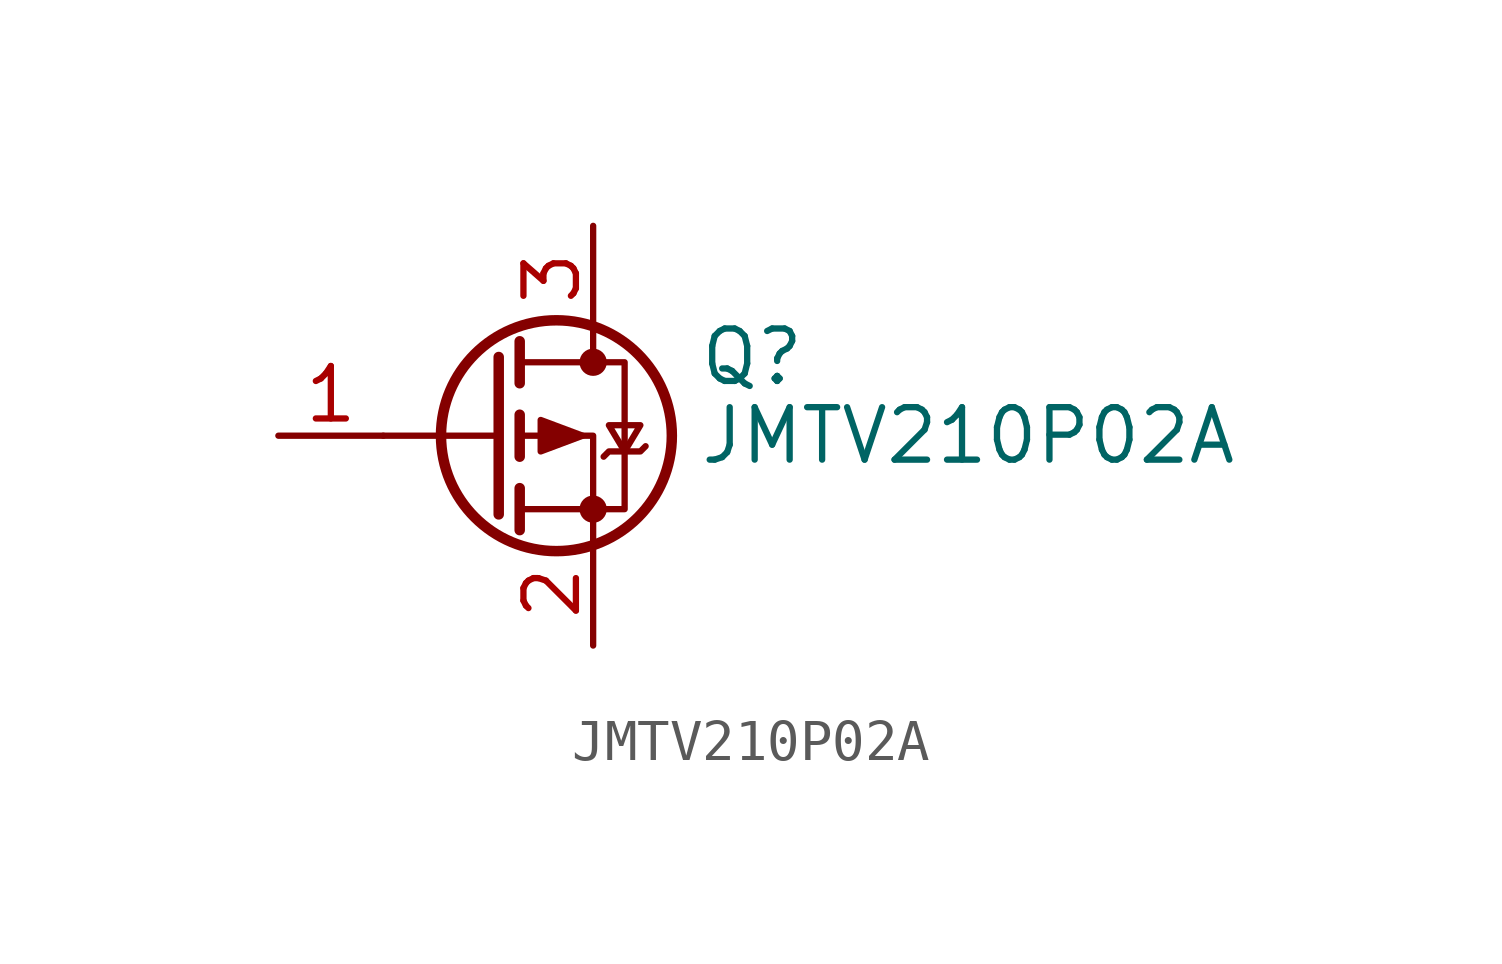
<source format=kicad_sym>
(kicad_symbol_lib
  (version 20241209)
  (generator "kicad_symbol_editor")
  (generator_version "9.0")
  (symbol "JMTV210P02A"
    (pin_names
      (hide yes))
    (property "Reference" "Q"
      (at 5.08 1.905 0)
      (effects (font (size 1.27 1.27)) (justify left)))
    (property "Value" "JMTV210P02A"
      (at 5.08 0 0)
      (effects (font (size 1.27 1.27)) (justify left)))
    (symbol "JMTV210P02A_0_1"
      (polyline (pts (xy 0.254 1.905) (xy 0.254 -1.905)) (stroke (width 0.254) (type default)) (fill (type none)))
      (polyline (pts (xy 0.254 0) (xy -2.54 0)) (stroke (width 0) (type default)) (fill (type none)))
      (polyline (pts (xy 0.762 2.286) (xy 0.762 1.27)) (stroke (width 0.254) (type default)) (fill (type none)))
      (polyline (pts (xy 0.762 1.778) (xy 3.302 1.778) (xy 3.302 -1.778) (xy 0.762 -1.778)) (stroke (width 0) (type default)) (fill (type none)))
      (polyline (pts (xy 0.762 0.508) (xy 0.762 -0.508)) (stroke (width 0.254) (type default)) (fill (type none)))
      (polyline (pts (xy 0.762 -1.27) (xy 0.762 -2.286)) (stroke (width 0.254) (type default)) (fill (type none)))
      (circle (center 1.651 0) (radius 2.794) (stroke (width 0.254) (type default)) (fill (type none)))
      (polyline (pts (xy 2.286 0) (xy 1.27 0.381) (xy 1.27 -0.381) (xy 2.286 0)) (stroke (width 0) (type default)) (fill (type outline)))
      (polyline (pts (xy 2.54 2.54) (xy 2.54 1.778)) (stroke (width 0) (type default)) (fill (type none)))
      (circle (center 2.54 1.778) (radius 0.254) (stroke (width 0) (type default)) (fill (type outline)))
      (circle (center 2.54 -1.778) (radius 0.254) (stroke (width 0) (type default)) (fill (type outline)))
      (polyline (pts (xy 2.54 -2.54) (xy 2.54 0) (xy 0.762 0)) (stroke (width 0) (type default)) (fill (type none)))
      (polyline (pts (xy 2.794 -0.508) (xy 2.921 -0.381) (xy 3.683 -0.381) (xy 3.81 -0.254)) (stroke (width 0) (type default)) (fill (type none)))
      (polyline (pts (xy 3.302 -0.381) (xy 2.921 0.254) (xy 3.683 0.254) (xy 3.302 -0.381)) (stroke (width 0) (type default)) (fill (type none))))
    (symbol "JMTV210P02A_1_1"
      (pin input line (at -5.08 0 0) (length 2.54) (name "G" (effects (font (size 1.27 1.27)))) (number "1" (effects (font (size 1.27 1.27)))))
      (pin passive line (at 2.54 5.08 270) (length 2.54) (name "D" (effects (font (size 1.27 1.27)))) (number "3" (effects (font (size 1.27 1.27)))))
      (pin passive line (at 2.54 -5.08 90) (length 2.54) (name "S" (effects (font (size 1.27 1.27)))) (number "2" (effects (font (size 1.27 1.27))))))))
</source>
